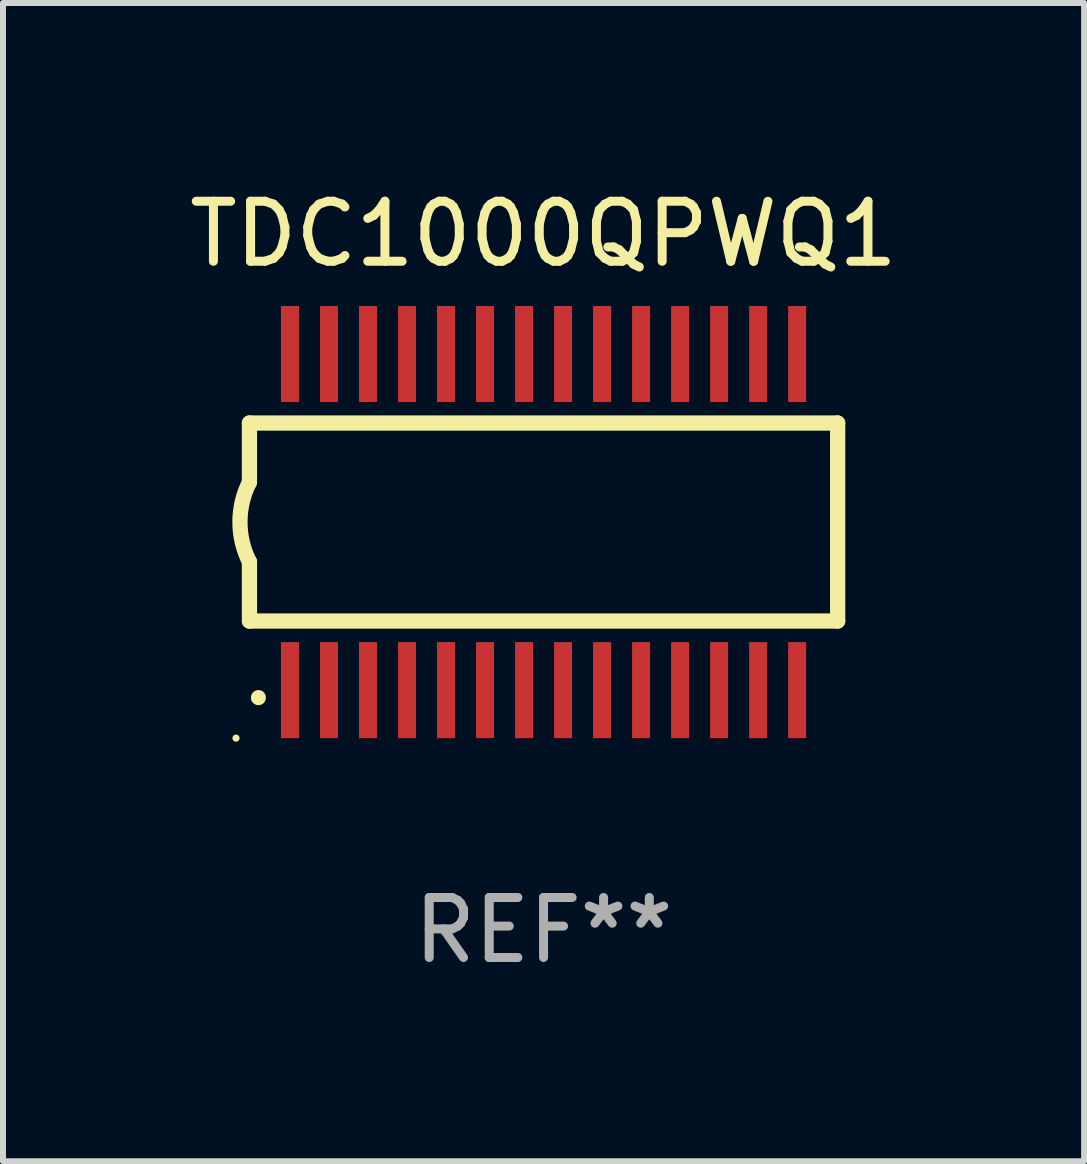
<source format=kicad_pcb>
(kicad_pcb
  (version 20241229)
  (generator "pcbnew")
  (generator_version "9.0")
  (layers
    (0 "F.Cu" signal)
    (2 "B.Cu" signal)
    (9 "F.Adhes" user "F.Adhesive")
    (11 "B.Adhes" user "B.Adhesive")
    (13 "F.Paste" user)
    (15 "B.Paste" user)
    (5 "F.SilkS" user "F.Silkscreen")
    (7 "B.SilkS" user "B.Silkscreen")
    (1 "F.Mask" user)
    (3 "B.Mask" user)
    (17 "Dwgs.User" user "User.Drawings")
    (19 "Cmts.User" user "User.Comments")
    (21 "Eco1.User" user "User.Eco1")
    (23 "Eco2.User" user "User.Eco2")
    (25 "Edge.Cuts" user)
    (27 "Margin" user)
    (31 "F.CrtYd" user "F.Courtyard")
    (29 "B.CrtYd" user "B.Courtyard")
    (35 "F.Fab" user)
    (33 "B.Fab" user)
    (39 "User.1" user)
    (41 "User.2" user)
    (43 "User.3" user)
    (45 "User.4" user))
  (footprint "TDC1000QPWQ1"
    (layer "F.Cu")
    (at 6.006 5.648)
    (property "Reference" "TDC1000QPWQ1" (at 0 -4.8 0) (layer "F.SilkS") (effects (font (size 1 1) (thickness 0.15))))
    (attr through_hole)
    (fp_line (start -4.9 -1.65) (end -4.9 -0.66) (stroke (width 0.254) (type solid)) (layer "F.SilkS"))
    (fp_line (start -4.9 1.65) (end -4.9 0.659) (stroke (width 0.254) (type solid)) (layer "F.SilkS"))
    (fp_line (start -4.9 -1.65) (end 4.9 -1.65) (stroke (width 0.254) (type solid)) (layer "F.SilkS"))
    (fp_line (start -4.9 1.649) (end 4.9 1.649) (stroke (width 0.254) (type solid)) (layer "F.SilkS"))
    (fp_line (start 4.9 -1.65) (end 4.9 1.649) (stroke (width 0.254) (type solid)) (layer "F.SilkS"))
    (fp_arc (start -4.902197 0.659894) (mid -5.058097 -0.000508) (end -4.902197 -0.660909) (stroke (width 0.254001) (type solid)) (layer "F.SilkS"))
    (fp_arc (start -4.750711 2.926238) (mid -4.750717 2.924968) (end -4.750711 2.923698) (stroke (width 0.24892) (type solid)) (layer "F.SilkS"))
    (fp_circle (center -5.124 3.6) (end -5.094 3.6) (stroke (width 0.06) (type solid)) (fill no) (layer "F.SilkS"))
    (fp_text user "REF**" (at 0 6.8 0) (layer "F.Fab") (effects (font (size 1 1) (thickness 0.15))))
    (pad "1" smd rect (at -4.225 2.8 90) (size 1.6 0.3) (layers "F.Cu" "F.Mask" "F.Paste"))
    (pad "2" smd rect (at -3.575 2.8 90) (size 1.6 0.3) (layers "F.Cu" "F.Mask" "F.Paste"))
    (pad "3" smd rect (at -2.925 2.8 90) (size 1.6 0.3) (layers "F.Cu" "F.Mask" "F.Paste"))
    (pad "4" smd rect (at -2.275 2.8 90) (size 1.6 0.3) (layers "F.Cu" "F.Mask" "F.Paste"))
    (pad "5" smd rect (at -1.625 2.8 90) (size 1.6 0.3) (layers "F.Cu" "F.Mask" "F.Paste"))
    (pad "6" smd rect (at -0.975 2.8 90) (size 1.6 0.3) (layers "F.Cu" "F.Mask" "F.Paste"))
    (pad "7" smd rect (at -0.325 2.8 90) (size 1.6 0.3) (layers "F.Cu" "F.Mask" "F.Paste"))
    (pad "8" smd rect (at 0.325 2.8 90) (size 1.6 0.3) (layers "F.Cu" "F.Mask" "F.Paste"))
    (pad "9" smd rect (at 0.975 2.8 90) (size 1.6 0.3) (layers "F.Cu" "F.Mask" "F.Paste"))
    (pad "10" smd rect (at 1.625 2.8 90) (size 1.6 0.3) (layers "F.Cu" "F.Mask" "F.Paste"))
    (pad "11" smd rect (at 2.275 2.8 90) (size 1.6 0.3) (layers "F.Cu" "F.Mask" "F.Paste"))
    (pad "12" smd rect (at 2.925 2.8 90) (size 1.6 0.3) (layers "F.Cu" "F.Mask" "F.Paste"))
    (pad "13" smd rect (at 3.575 2.8 90) (size 1.6 0.3) (layers "F.Cu" "F.Mask" "F.Paste"))
    (pad "14" smd rect (at 4.225 2.8 90) (size 1.6 0.3) (layers "F.Cu" "F.Mask" "F.Paste"))
    (pad "15" smd rect (at 4.225 -2.8 90) (size 1.6 0.3) (layers "F.Cu" "F.Mask" "F.Paste"))
    (pad "16" smd rect (at 3.575 -2.8 90) (size 1.6 0.3) (layers "F.Cu" "F.Mask" "F.Paste"))
    (pad "17" smd rect (at 2.925 -2.8 90) (size 1.6 0.3) (layers "F.Cu" "F.Mask" "F.Paste"))
    (pad "18" smd rect (at 2.275 -2.8 90) (size 1.6 0.3) (layers "F.Cu" "F.Mask" "F.Paste"))
    (pad "19" smd rect (at 1.625 -2.8 90) (size 1.6 0.3) (layers "F.Cu" "F.Mask" "F.Paste"))
    (pad "20" smd rect (at 0.975 -2.8 90) (size 1.6 0.3) (layers "F.Cu" "F.Mask" "F.Paste"))
    (pad "21" smd rect (at 0.325 -2.8 90) (size 1.6 0.3) (layers "F.Cu" "F.Mask" "F.Paste"))
    (pad "22" smd rect (at -0.325 -2.8 90) (size 1.6 0.3) (layers "F.Cu" "F.Mask" "F.Paste"))
    (pad "23" smd rect (at -0.975 -2.8 90) (size 1.6 0.3) (layers "F.Cu" "F.Mask" "F.Paste"))
    (pad "24" smd rect (at -1.625 -2.8 90) (size 1.6 0.3) (layers "F.Cu" "F.Mask" "F.Paste"))
    (pad "25" smd rect (at -2.275 -2.8 90) (size 1.6 0.3) (layers "F.Cu" "F.Mask" "F.Paste"))
    (pad "26" smd rect (at -2.925 -2.8 90) (size 1.6 0.3) (layers "F.Cu" "F.Mask" "F.Paste"))
    (pad "27" smd rect (at -3.575 -2.8 90) (size 1.6 0.3) (layers "F.Cu" "F.Mask" "F.Paste"))
    (pad "28" smd rect (at -4.225 -2.8 90) (size 1.6 0.3) (layers "F.Cu" "F.Mask" "F.Paste")))
  (gr_rect
    (start -3 -3)
    (end 15.012 16.297)
    (stroke (width 0.1) (type default))
    (fill no)
    (layer "Edge.Cuts")))
</source>
